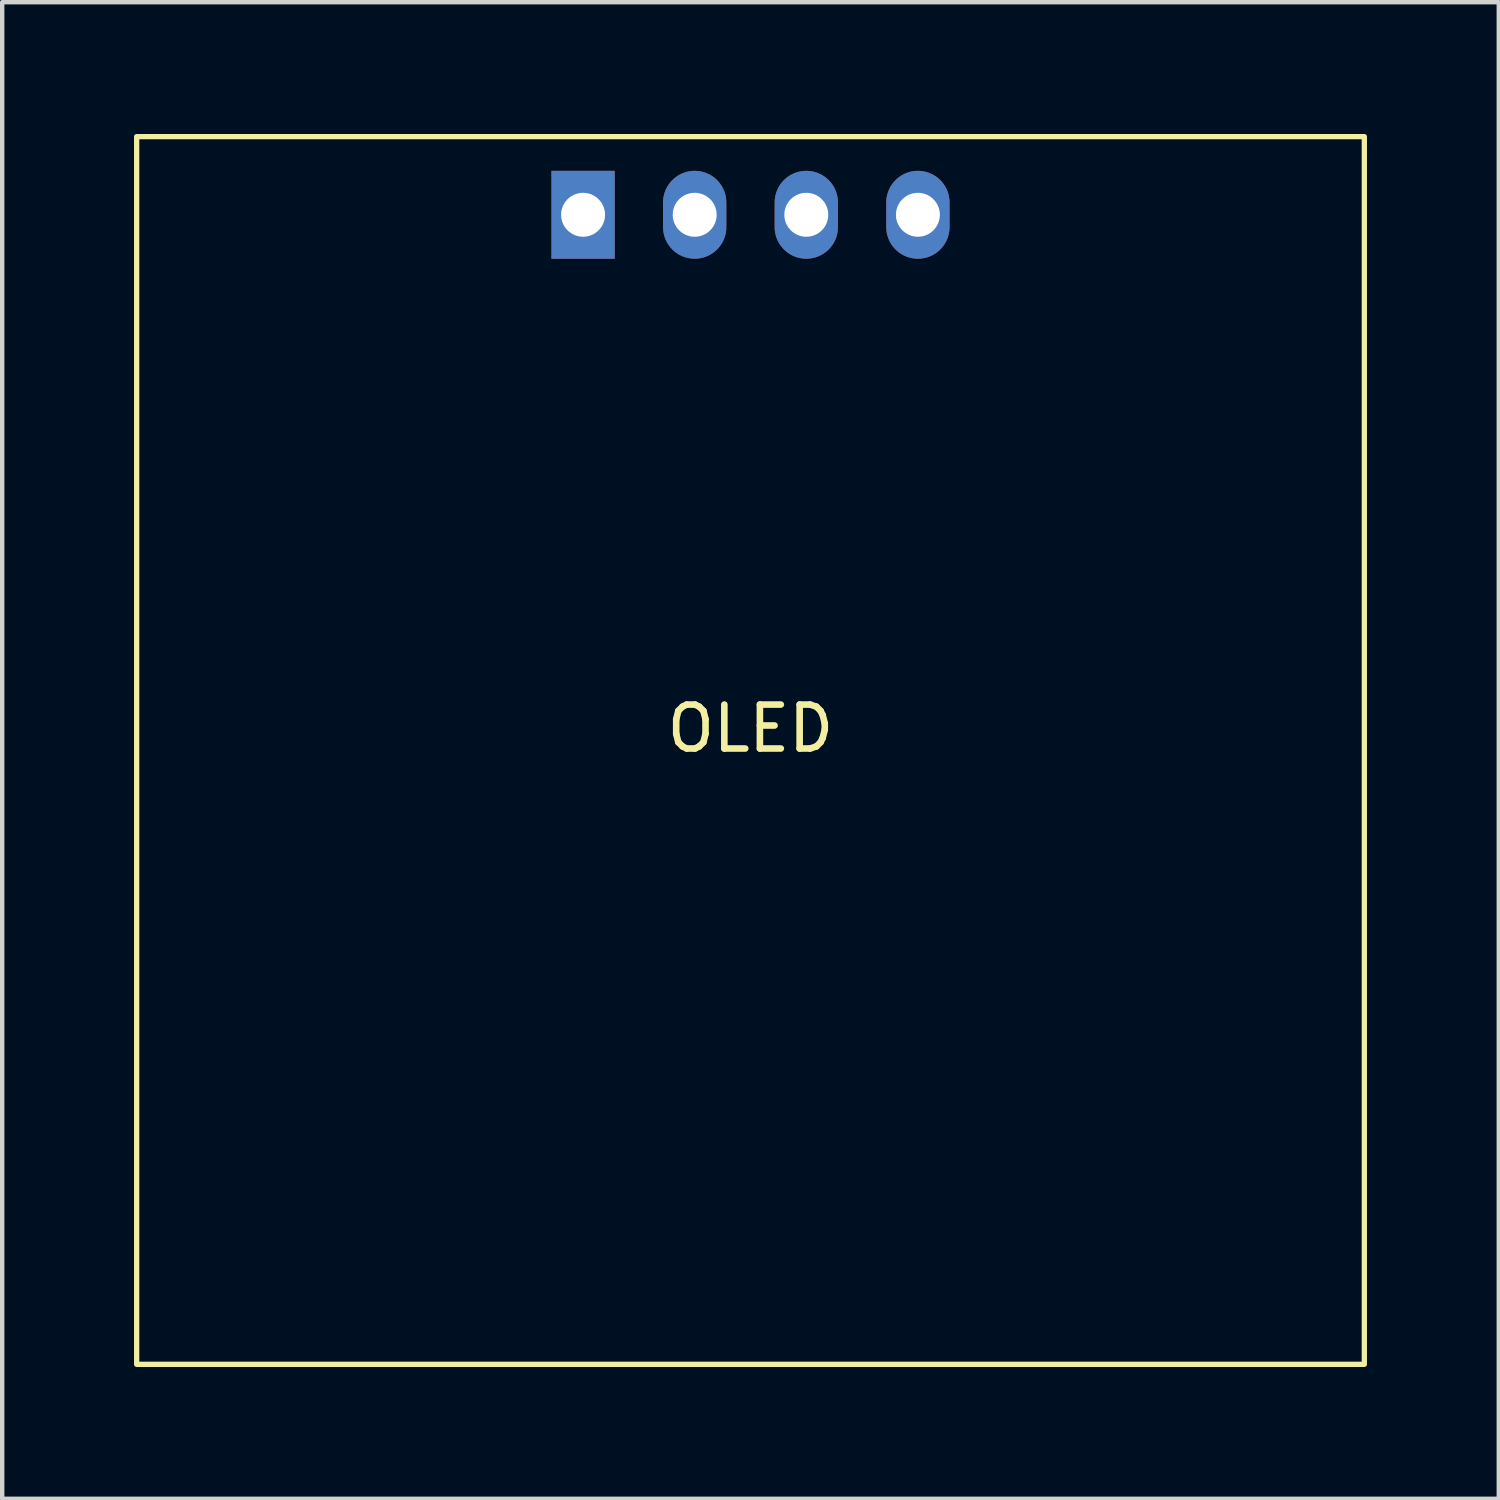
<source format=kicad_pcb>
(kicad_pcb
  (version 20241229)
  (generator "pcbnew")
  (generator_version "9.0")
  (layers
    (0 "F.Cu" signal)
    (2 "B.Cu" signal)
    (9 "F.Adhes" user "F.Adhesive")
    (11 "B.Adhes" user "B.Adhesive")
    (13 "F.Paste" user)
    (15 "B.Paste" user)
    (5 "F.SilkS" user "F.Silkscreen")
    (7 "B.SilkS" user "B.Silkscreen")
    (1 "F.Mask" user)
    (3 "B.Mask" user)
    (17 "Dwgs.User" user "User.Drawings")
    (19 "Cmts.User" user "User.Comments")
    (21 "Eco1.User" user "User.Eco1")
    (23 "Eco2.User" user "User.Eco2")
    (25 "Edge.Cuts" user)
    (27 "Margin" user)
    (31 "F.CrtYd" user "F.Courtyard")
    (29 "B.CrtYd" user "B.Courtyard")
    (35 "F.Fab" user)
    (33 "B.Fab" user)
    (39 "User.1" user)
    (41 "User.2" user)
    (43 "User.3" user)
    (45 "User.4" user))
  (footprint "OLED"
    (layer "F.Cu")
    (at 14.03 14.03)
    (property "Reference" "OLED" (at 0 -0.5 0) (unlocked yes) (layer "F.SilkS") (effects (font (size 1 1) (thickness 0.15))))
    (attr through_hole)
    (fp_rect (start -13.97 13.97) (end 13.97 -13.97) (stroke (width 0.12) (type solid)) (fill no) (layer "F.SilkS"))
    (pad "1" thru_hole rect (at -3.81 -12.192 90) (size 2 1.44) (drill 1) (layers "*.Cu" "*.Mask"))
    (pad "2" thru_hole oval (at -1.27 -12.192 90) (size 2 1.44) (drill 1) (layers "*.Cu" "*.Mask"))
    (pad "3" thru_hole oval (at 1.27 -12.192 90) (size 2 1.44) (drill 1) (layers "*.Cu" "*.Mask"))
    (pad "4" thru_hole oval (at 3.81 -12.192 90) (size 2 1.44) (drill 1) (layers "*.Cu" "*.Mask")))
  (gr_rect
    (start -3 -3)
    (end 31.06 31.06)
    (stroke (width 0.1) (type default))
    (fill no)
    (layer "Edge.Cuts")))
</source>
